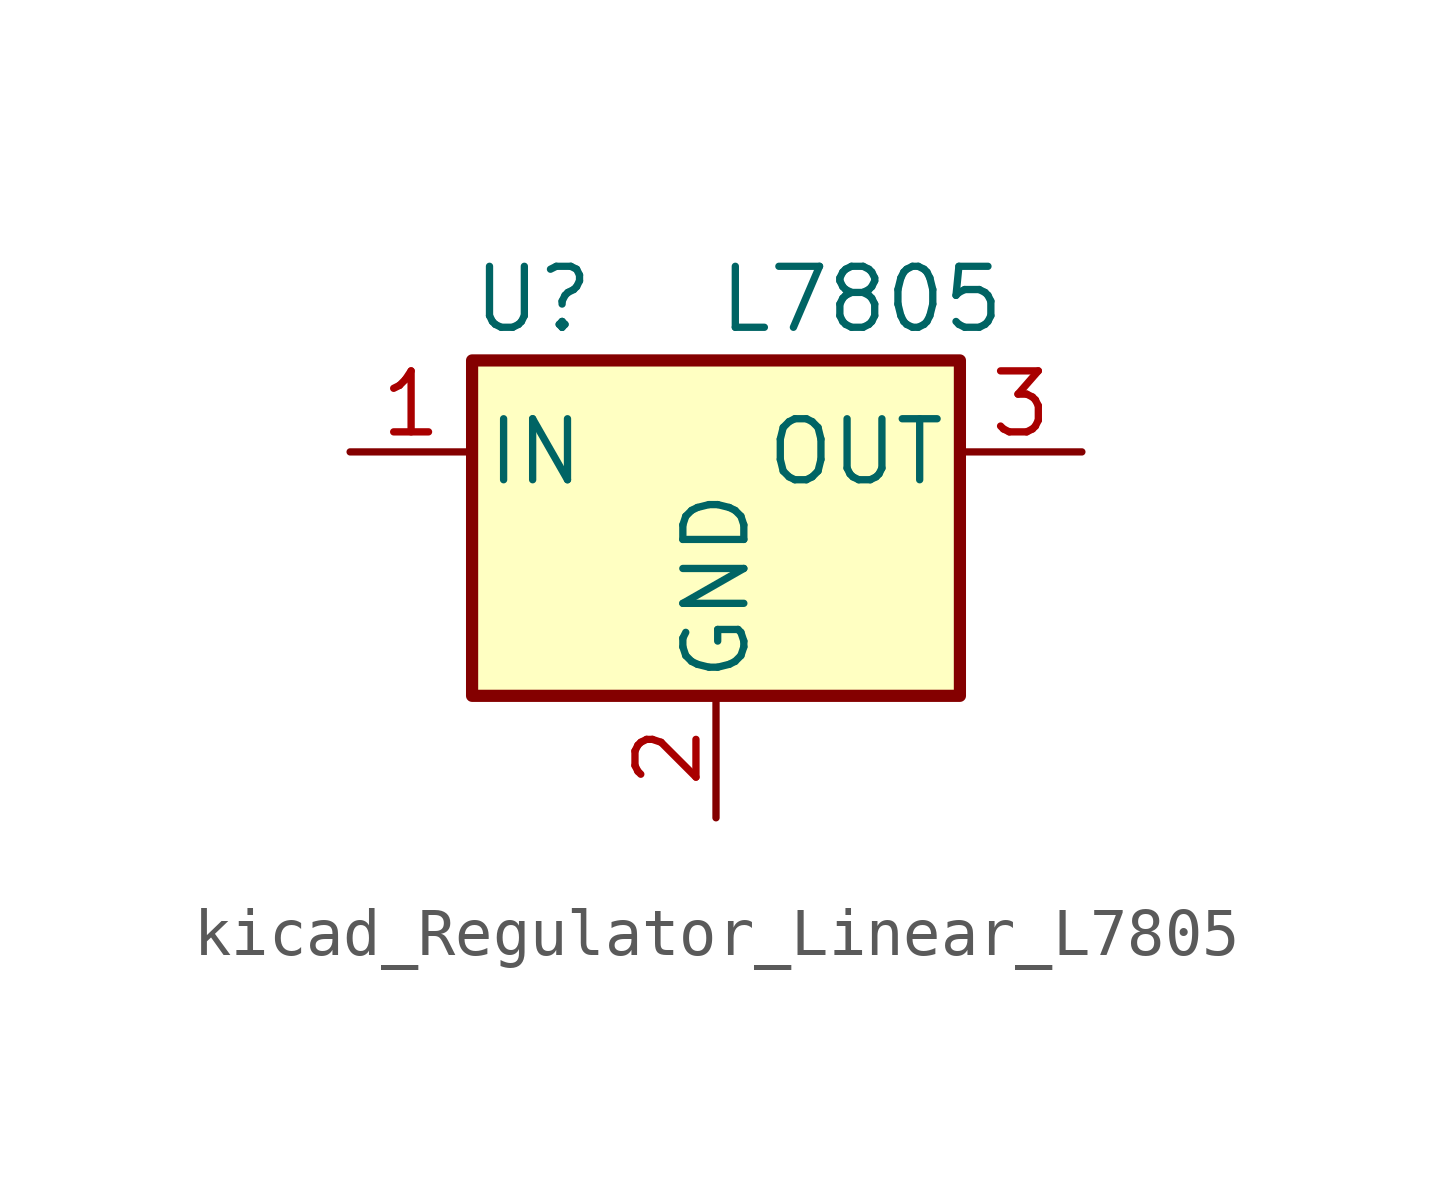
<source format=kicad_sym>
(kicad_symbol_lib
  (version 20220914)
  (generator kicad_symbol_editor)
  (symbol "kicad_Regulator_Linear_L7805"
    (pin_names
      (offset 0.254))
    (property "Reference" "U"
      (at -3.81 3.175 0)
      (effects (font (size 1.27 1.27))))
    (property "Value" "L7805"
      (at 0 3.175 0)
      (effects (font (size 1.27 1.27)) (justify left)))
    (symbol "kicad_Regulator_Linear_L7805_0_1"
      (rectangle (start -5.08 1.905) (end 5.08 -5.08) (stroke (width 0.254) (type default)) (fill (type background))))
    (symbol "kicad_Regulator_Linear_L7805_1_1"
      (pin power_in line (at -7.62 0 0) (length 2.54) (name "IN" (effects (font (size 1.27 1.27)))) (number "1" (effects (font (size 1.27 1.27)))))
      (pin power_in line (at 0 -7.62 90) (length 2.54) (name "GND" (effects (font (size 1.27 1.27)))) (number "2" (effects (font (size 1.27 1.27)))))
      (pin power_out line (at 7.62 0 180) (length 2.54) (name "OUT" (effects (font (size 1.27 1.27)))) (number "3" (effects (font (size 1.27 1.27))))))))
</source>
